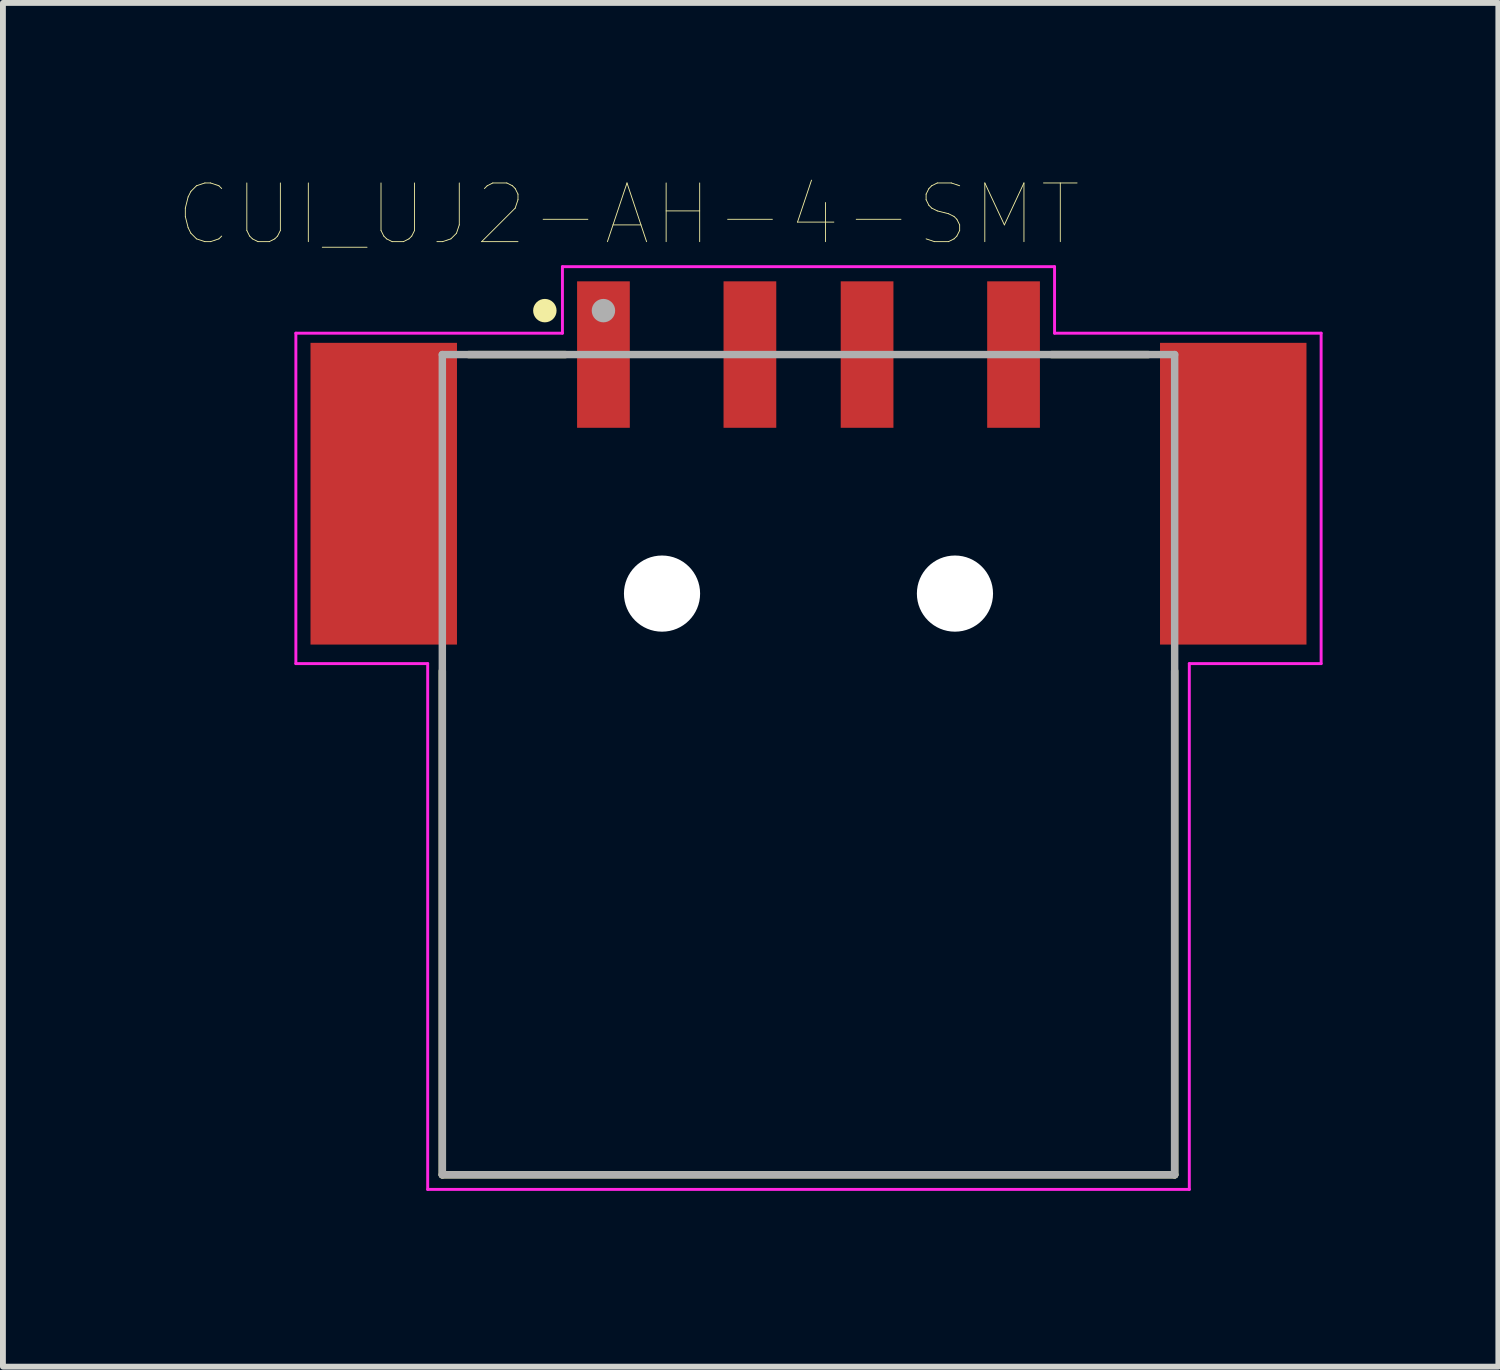
<source format=kicad_pcb>
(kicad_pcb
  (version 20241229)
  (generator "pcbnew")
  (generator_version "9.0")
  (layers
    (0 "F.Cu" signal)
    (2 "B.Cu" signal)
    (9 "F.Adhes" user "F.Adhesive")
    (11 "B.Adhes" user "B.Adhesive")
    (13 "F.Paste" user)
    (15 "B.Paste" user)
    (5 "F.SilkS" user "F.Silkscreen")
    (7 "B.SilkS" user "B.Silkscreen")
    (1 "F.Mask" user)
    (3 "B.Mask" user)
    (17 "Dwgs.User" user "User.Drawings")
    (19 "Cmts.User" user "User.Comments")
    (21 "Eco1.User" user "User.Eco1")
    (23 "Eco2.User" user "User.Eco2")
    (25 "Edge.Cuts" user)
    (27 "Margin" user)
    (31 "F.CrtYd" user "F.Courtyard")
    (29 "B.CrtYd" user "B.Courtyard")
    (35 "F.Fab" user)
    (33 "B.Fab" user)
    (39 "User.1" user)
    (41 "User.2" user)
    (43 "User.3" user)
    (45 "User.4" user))
  (footprint "CUI_UJ2-AH-4-SMT"
    (layer "F.Cu")
    (at 7.25 3.002)
    (property "Reference" "CUI_UJ2-AH-4-SMT" (at 0.426 -2.39 0) (layer "F.SilkS") (effects (font (size 1.002 1.002) (thickness 0.015))))
    (attr through_hole)
    (fp_line (start -2.75 5.4) (end -2.75 14) (stroke (width 0.127) (type solid)) (layer "F.SilkS"))
    (fp_line (start -2.75 14) (end 9.75 14) (stroke (width 0.127) (type solid)) (layer "F.SilkS"))
    (fp_line (start -2.3 0) (end -0.65 0) (stroke (width 0.127) (type solid)) (layer "F.SilkS"))
    (fp_line (start 7.65 0) (end 9.3 0) (stroke (width 0.127) (type solid)) (layer "F.SilkS"))
    (fp_line (start 9.75 14) (end 9.75 5.4) (stroke (width 0.127) (type solid)) (layer "F.SilkS"))
    (fp_circle (center -1 -0.75) (end -0.9 -0.75) (stroke (width 0.2) (type solid)) (fill no) (layer "F.SilkS"))
    (fp_line (start -5.25 -0.365) (end -0.7 -0.365) (stroke (width 0.05) (type solid)) (layer "F.CrtYd"))
    (fp_line (start -5.25 5.275) (end -5.25 -0.365) (stroke (width 0.05) (type solid)) (layer "F.CrtYd"))
    (fp_line (start -3 5.275) (end -5.25 5.275) (stroke (width 0.05) (type solid)) (layer "F.CrtYd"))
    (fp_line (start -3 14.25) (end -3 5.275) (stroke (width 0.05) (type solid)) (layer "F.CrtYd"))
    (fp_line (start -0.7 -1.5) (end 7.7 -1.5) (stroke (width 0.05) (type solid)) (layer "F.CrtYd"))
    (fp_line (start -0.7 -0.365) (end -0.7 -1.5) (stroke (width 0.05) (type solid)) (layer "F.CrtYd"))
    (fp_line (start 7.7 -1.5) (end 7.7 -0.365) (stroke (width 0.05) (type solid)) (layer "F.CrtYd"))
    (fp_line (start 7.7 -0.365) (end 12.25 -0.365) (stroke (width 0.05) (type solid)) (layer "F.CrtYd"))
    (fp_line (start 10 5.275) (end 10 14.25) (stroke (width 0.05) (type solid)) (layer "F.CrtYd"))
    (fp_line (start 10 14.25) (end -3 14.25) (stroke (width 0.05) (type solid)) (layer "F.CrtYd"))
    (fp_line (start 12.25 -0.365) (end 12.25 5.275) (stroke (width 0.05) (type solid)) (layer "F.CrtYd"))
    (fp_line (start 12.25 5.275) (end 10 5.275) (stroke (width 0.05) (type solid)) (layer "F.CrtYd"))
    (fp_line (start -2.75 0) (end 9.75 0) (stroke (width 0.127) (type solid)) (layer "F.Fab"))
    (fp_line (start -2.75 14) (end -2.75 0) (stroke (width 0.127) (type solid)) (layer "F.Fab"))
    (fp_line (start 9.75 0) (end 9.75 14) (stroke (width 0.127) (type solid)) (layer "F.Fab"))
    (fp_line (start 9.75 14) (end -2.75 14) (stroke (width 0.127) (type solid)) (layer "F.Fab"))
    (fp_circle (center 0 -0.75) (end 0.1 -0.75) (stroke (width 0.2) (type solid)) (fill no) (layer "F.Fab"))
    (pad "" np_thru_hole circle (at 1 4.08) (size 1.3 1.3) (drill 1.3) (layers "*.Cu" "*.Mask"))
    (pad "" np_thru_hole circle (at 6 4.08) (size 1.3 1.3) (drill 1.3) (layers "*.Cu" "*.Mask"))
    (pad "1" smd rect (at 0 0) (size 0.9 2.5) (layers "F.Cu" "F.Mask" "F.Paste"))
    (pad "2" smd rect (at 2.5 0) (size 0.9 2.5) (layers "F.Cu" "F.Mask" "F.Paste"))
    (pad "3" smd rect (at 4.5 0) (size 0.9 2.5) (layers "F.Cu" "F.Mask" "F.Paste"))
    (pad "4" smd rect (at 7 0) (size 0.9 2.5) (layers "F.Cu" "F.Mask" "F.Paste"))
    (pad "SH1" smd rect (at -3.75 2.375) (size 2.5 5.15) (layers "F.Cu" "F.Mask" "F.Paste"))
    (pad "SH2" smd rect (at 10.75 2.375) (size 2.5 5.15) (layers "F.Cu" "F.Mask" "F.Paste")))
  (gr_rect
    (start -3 -3)
    (end 22.525 20.277)
    (stroke (width 0.1) (type default))
    (fill no)
    (layer "Edge.Cuts")))
</source>
